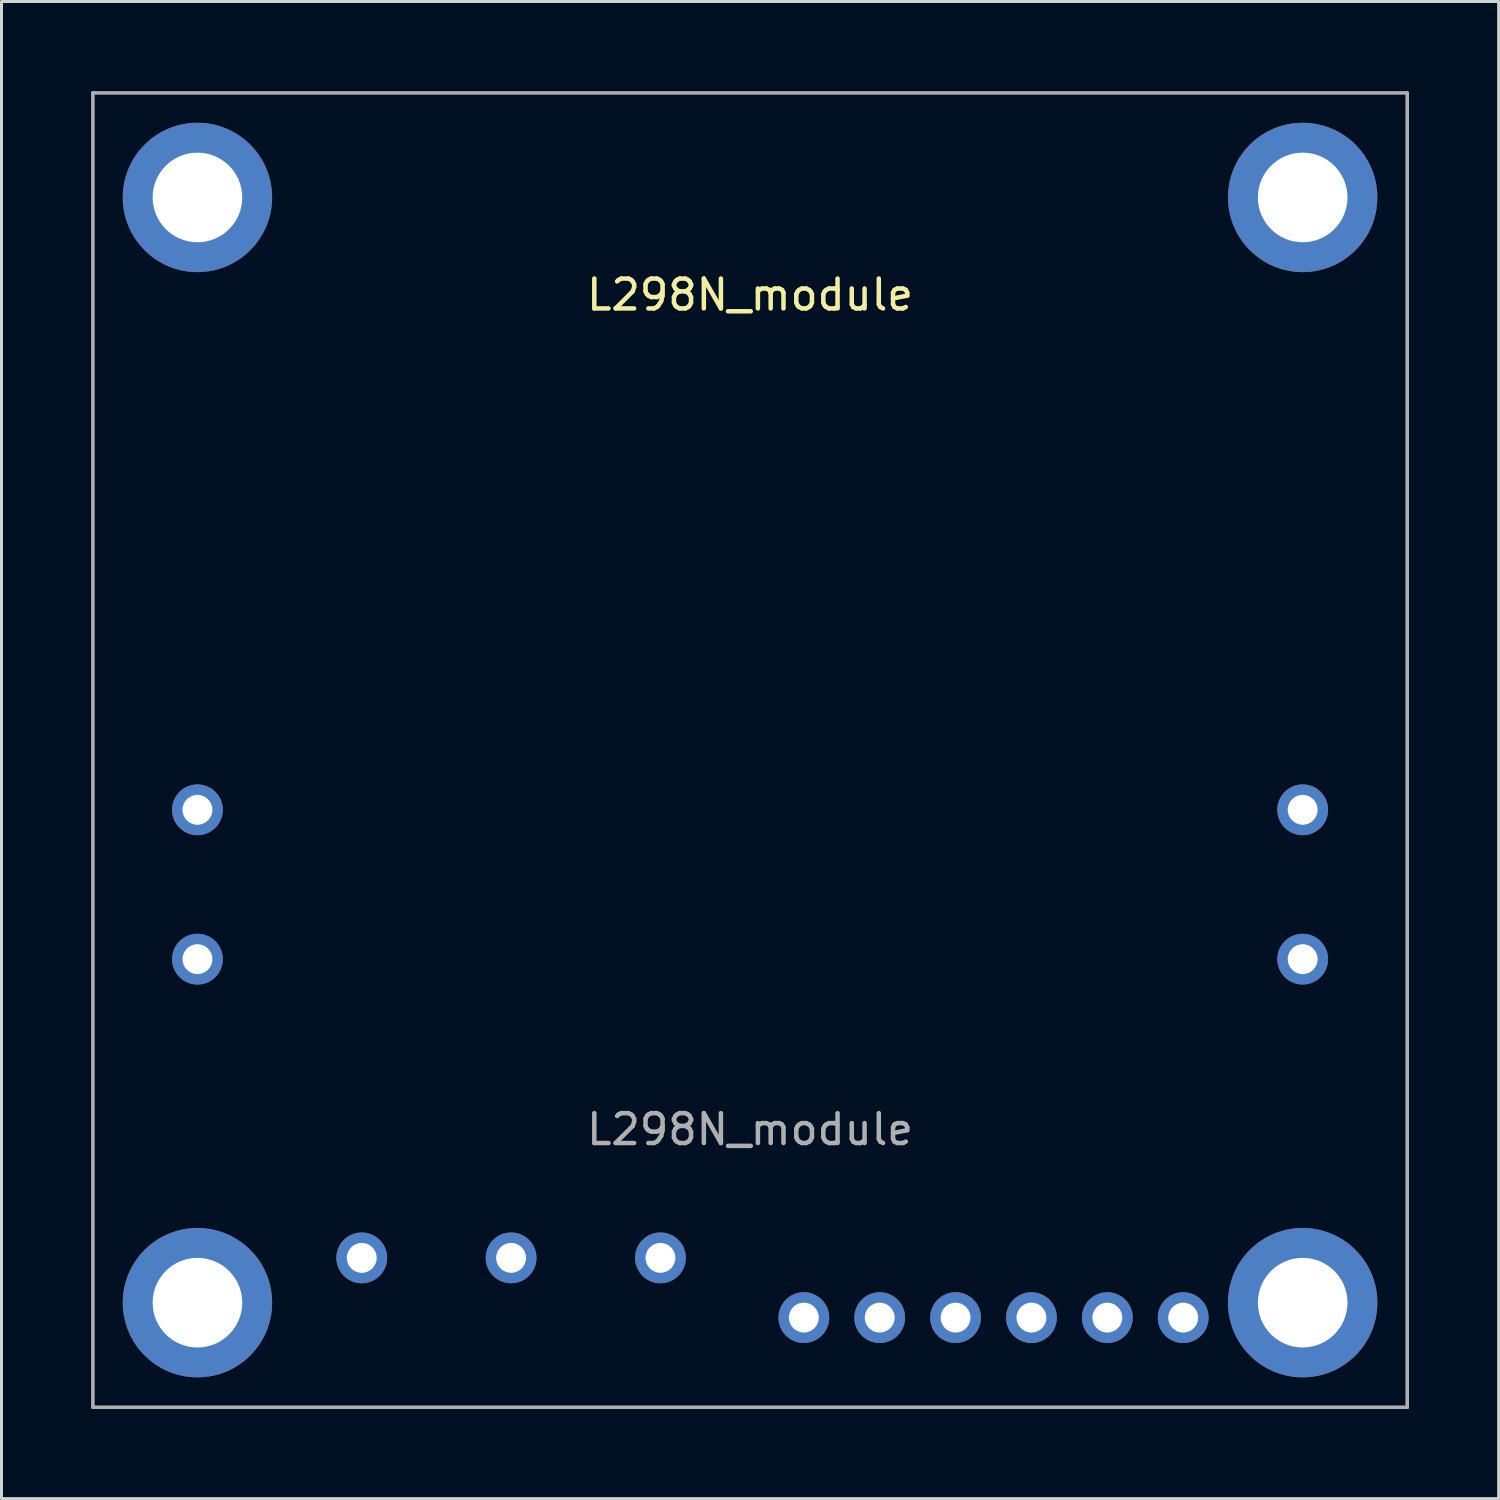
<source format=kicad_pcb>
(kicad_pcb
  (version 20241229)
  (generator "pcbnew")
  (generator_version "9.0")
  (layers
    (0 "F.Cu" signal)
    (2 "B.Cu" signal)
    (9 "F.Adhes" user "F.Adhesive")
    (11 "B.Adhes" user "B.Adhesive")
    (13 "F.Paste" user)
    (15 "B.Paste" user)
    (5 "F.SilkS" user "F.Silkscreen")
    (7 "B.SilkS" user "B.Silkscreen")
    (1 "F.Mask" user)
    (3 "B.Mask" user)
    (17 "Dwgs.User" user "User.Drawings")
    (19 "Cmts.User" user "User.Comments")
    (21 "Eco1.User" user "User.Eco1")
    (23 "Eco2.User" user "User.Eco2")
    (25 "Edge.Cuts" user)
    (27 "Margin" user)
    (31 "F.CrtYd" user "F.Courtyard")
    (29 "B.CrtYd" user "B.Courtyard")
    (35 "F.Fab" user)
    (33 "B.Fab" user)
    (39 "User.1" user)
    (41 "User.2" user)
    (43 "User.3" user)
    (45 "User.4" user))
  (footprint "L298N_module"
    (layer "F.Cu")
    (at 22.06 22.06)
    (property "Reference" "L298N_module" (at 0 -15.24 0) (unlocked yes) (layer "F.SilkS") (effects (font (size 1 1) (thickness 0.15))))
    (fp_line (start -22 -22) (end -22 22) (stroke (width 0.12) (type solid)) (layer "F.Fab"))
    (fp_line (start -22 22) (end 22 22) (stroke (width 0.12) (type solid)) (layer "F.Fab"))
    (fp_line (start 22 -22) (end -22 -22) (stroke (width 0.12) (type solid)) (layer "F.Fab"))
    (fp_line (start 22 -22) (end 22 22) (stroke (width 0.12) (type solid)) (layer "F.Fab"))
    (fp_text user "${REFERENCE}" (at 0 12.7 0) (unlocked yes) (layer "F.Fab") (effects (font (size 1 1) (thickness 0.15))))
    (pad "1" thru_hole circle (at -18.5 -18.5) (size 5 5) (drill 3) (layers "*.Cu" "*.Mask"))
    (pad "2" thru_hole circle (at 18.5 18.5) (size 5 5) (drill 3) (layers "*.Cu" "*.Mask"))
    (pad "3" thru_hole circle (at -18.5 18.5) (size 5 5) (drill 3) (layers "*.Cu" "*.Mask"))
    (pad "4" thru_hole circle (at 18.5 -18.5) (size 5 5) (drill 3) (layers "*.Cu" "*.Mask"))
    (pad "5" thru_hole circle (at -13 17) (size 1.7 1.7) (drill 1) (layers "*.Cu" "*.Mask"))
    (pad "6" thru_hole circle (at -8 17) (size 1.7 1.7) (drill 1) (layers "*.Cu" "*.Mask"))
    (pad "7" thru_hole circle (at -3 17) (size 1.7 1.7) (drill 1) (layers "*.Cu" "*.Mask"))
    (pad "8" thru_hole circle (at -18.5 2) (size 1.7 1.7) (drill 1) (layers "*.Cu" "*.Mask"))
    (pad "9" thru_hole circle (at -18.5 7) (size 1.7 1.7) (drill 1) (layers "*.Cu" "*.Mask"))
    (pad "10" thru_hole circle (at 18.5 2) (size 1.7 1.7) (drill 1) (layers "*.Cu" "*.Mask"))
    (pad "11" thru_hole circle (at 18.5 7) (size 1.7 1.7) (drill 1) (layers "*.Cu" "*.Mask"))
    (pad "12" thru_hole circle (at 14.5 19) (size 1.7 1.7) (drill 1) (layers "*.Cu" "*.Mask"))
    (pad "13" thru_hole circle (at 11.96 19) (size 1.7 1.7) (drill 1) (layers "*.Cu" "*.Mask"))
    (pad "14" thru_hole circle (at 9.42 19) (size 1.7 1.7) (drill 1) (layers "*.Cu" "*.Mask"))
    (pad "15" thru_hole circle (at 6.88 19) (size 1.7 1.7) (drill 1) (layers "*.Cu" "*.Mask"))
    (pad "16" thru_hole circle (at 4.34 19) (size 1.7 1.7) (drill 1) (layers "*.Cu" "*.Mask"))
    (pad "17" thru_hole circle (at 1.8 19) (size 1.7 1.7) (drill 1) (layers "*.Cu" "*.Mask")))
  (gr_rect
    (start -3 -3)
    (end 47.12 47.12)
    (stroke (width 0.1) (type default))
    (fill no)
    (layer "Edge.Cuts")))
</source>
